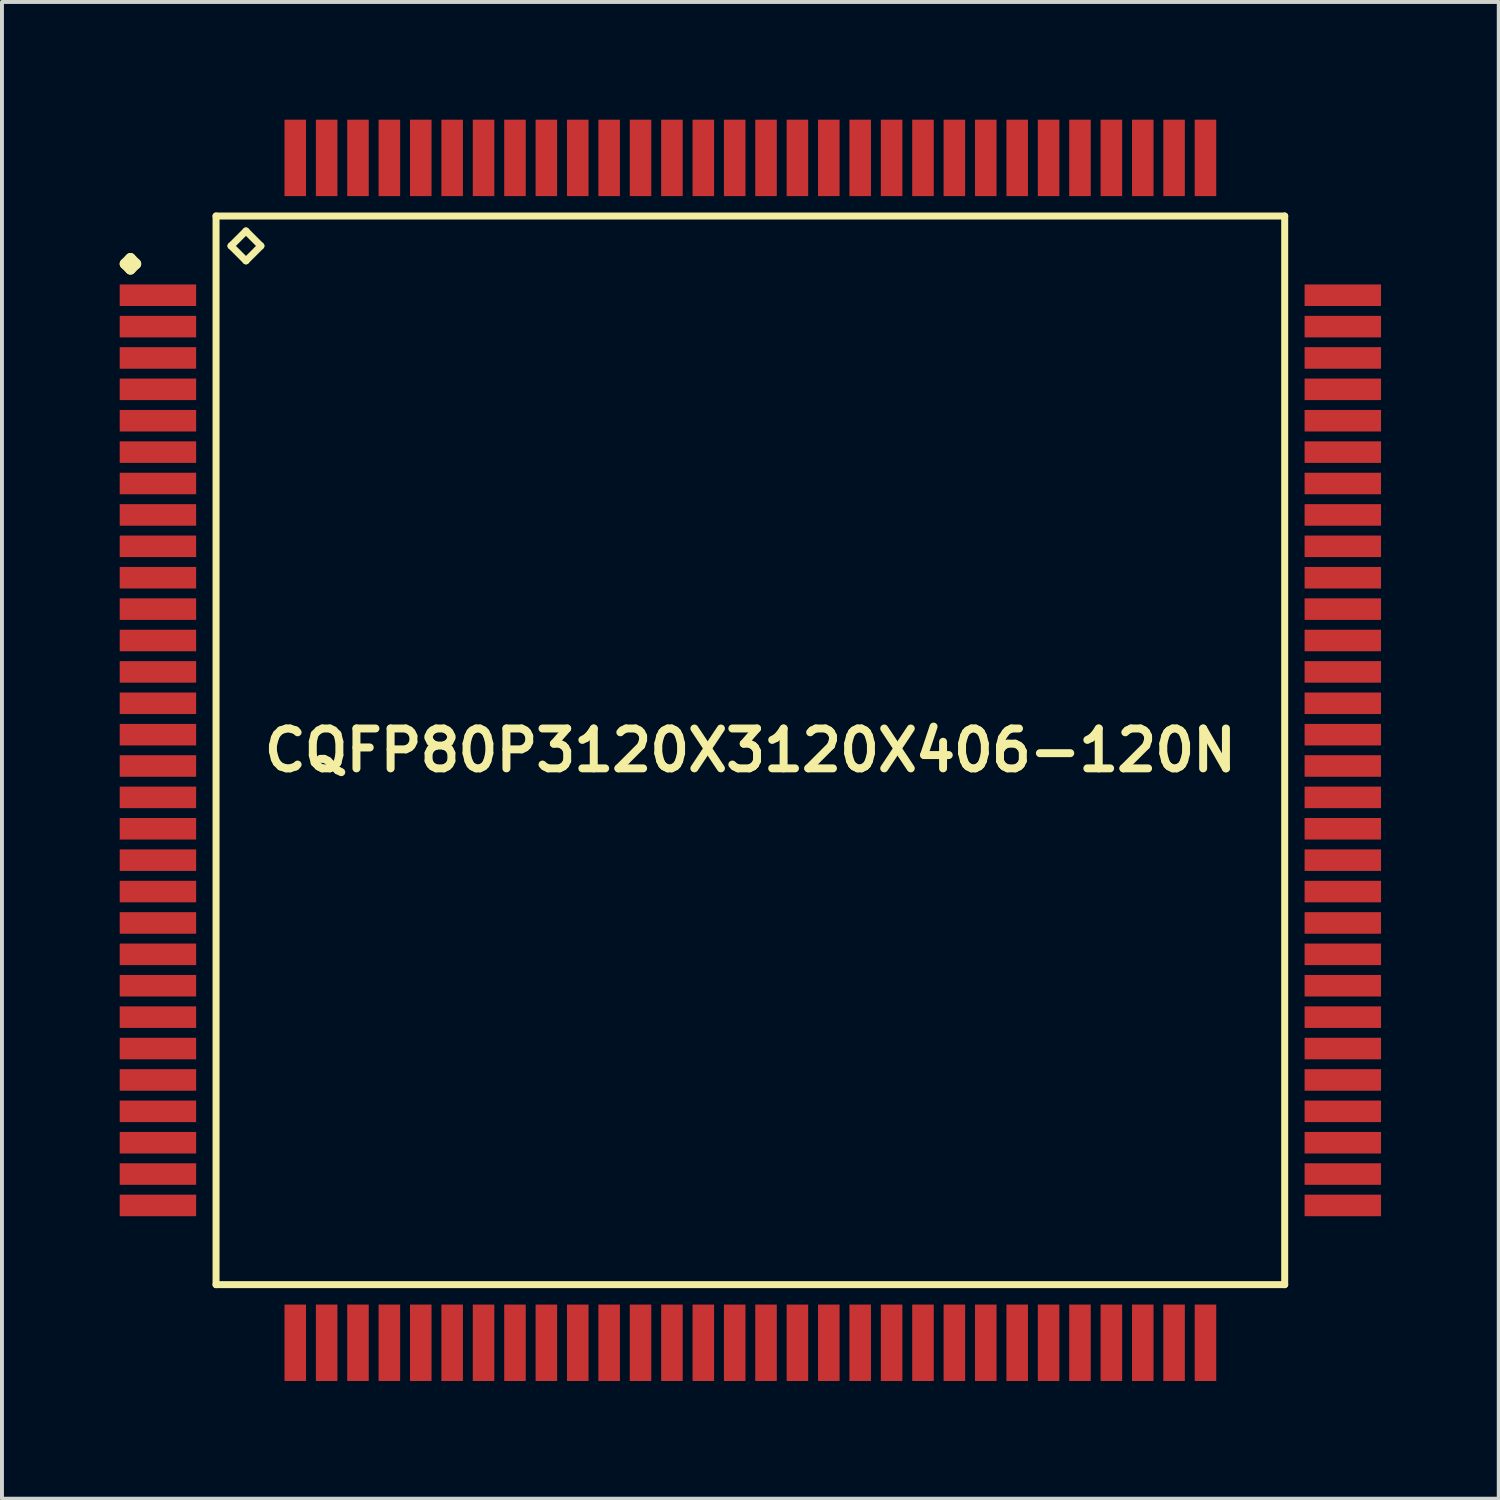
<source format=kicad_pcb>
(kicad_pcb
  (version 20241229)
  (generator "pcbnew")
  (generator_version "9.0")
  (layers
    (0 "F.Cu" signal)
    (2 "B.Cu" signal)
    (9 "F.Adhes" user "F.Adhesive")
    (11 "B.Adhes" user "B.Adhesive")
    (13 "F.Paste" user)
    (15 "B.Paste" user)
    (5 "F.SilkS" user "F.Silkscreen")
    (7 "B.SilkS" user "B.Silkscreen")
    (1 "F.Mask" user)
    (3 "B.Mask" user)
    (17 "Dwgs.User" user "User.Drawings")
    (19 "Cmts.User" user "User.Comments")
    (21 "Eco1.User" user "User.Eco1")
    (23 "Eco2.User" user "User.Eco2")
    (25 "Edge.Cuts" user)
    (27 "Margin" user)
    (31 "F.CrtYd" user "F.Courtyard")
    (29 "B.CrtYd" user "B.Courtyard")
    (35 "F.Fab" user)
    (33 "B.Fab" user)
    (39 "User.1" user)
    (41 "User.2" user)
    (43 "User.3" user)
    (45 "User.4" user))
  (footprint "CQFP80P3120X3120X406-120N"
    (layer "F.Cu")
    (at 16.073 16.072)
    (property "Reference" "CQFP80P3120X3120X406-120N" (at 0 0 0) (layer "F.SilkS") (effects (font (size 1.016 1.016) (thickness 0.203))))
    (attr smd)
    (fp_line (start -15.936 -12.398) (end -15.799 -12.537) (stroke (width 0.274) (type solid)) (layer "F.SilkS"))
    (fp_line (start -15.799 -12.537) (end -15.662 -12.398) (stroke (width 0.274) (type solid)) (layer "F.SilkS"))
    (fp_line (start -15.799 -12.261) (end -15.936 -12.398) (stroke (width 0.274) (type solid)) (layer "F.SilkS"))
    (fp_line (start -15.662 -12.398) (end -15.799 -12.261) (stroke (width 0.274) (type solid)) (layer "F.SilkS"))
    (fp_line (start -13.617 -13.617) (end -13.617 13.617) (stroke (width 0.178) (type solid)) (layer "F.SilkS"))
    (fp_line (start -13.617 13.617) (end 13.617 13.617) (stroke (width 0.178) (type solid)) (layer "F.SilkS"))
    (fp_line (start -13.236 -12.855) (end -12.855 -13.236) (stroke (width 0.178) (type solid)) (layer "F.SilkS"))
    (fp_line (start -12.855 -13.236) (end -12.474 -12.855) (stroke (width 0.178) (type solid)) (layer "F.SilkS"))
    (fp_line (start -12.855 -12.474) (end -13.236 -12.855) (stroke (width 0.178) (type solid)) (layer "F.SilkS"))
    (fp_line (start -12.474 -12.855) (end -12.855 -12.474) (stroke (width 0.178) (type solid)) (layer "F.SilkS"))
    (fp_line (start 13.617 -13.617) (end -13.617 -13.617) (stroke (width 0.178) (type solid)) (layer "F.SilkS"))
    (fp_line (start 13.617 13.617) (end 13.617 -13.617) (stroke (width 0.178) (type solid)) (layer "F.SilkS"))
    (pad "1" smd rect (at -15.098 -11.598) (size 1.948 0.549) (layers "F.Cu" "F.Mask" "F.Paste"))
    (pad "2" smd rect (at -15.098 -10.798) (size 1.948 0.549) (layers "F.Cu" "F.Mask" "F.Paste"))
    (pad "3" smd rect (at -15.098 -10) (size 1.948 0.549) (layers "F.Cu" "F.Mask" "F.Paste"))
    (pad "4" smd rect (at -15.098 -9.2) (size 1.948 0.549) (layers "F.Cu" "F.Mask" "F.Paste"))
    (pad "5" smd rect (at -15.098 -8.4) (size 1.948 0.549) (layers "F.Cu" "F.Mask" "F.Paste"))
    (pad "6" smd rect (at -15.098 -7.6) (size 1.948 0.549) (layers "F.Cu" "F.Mask" "F.Paste"))
    (pad "7" smd rect (at -15.098 -6.8) (size 1.948 0.549) (layers "F.Cu" "F.Mask" "F.Paste"))
    (pad "8" smd rect (at -15.098 -5.999) (size 1.948 0.549) (layers "F.Cu" "F.Mask" "F.Paste"))
    (pad "9" smd rect (at -15.098 -5.199) (size 1.948 0.549) (layers "F.Cu" "F.Mask" "F.Paste"))
    (pad "10" smd rect (at -15.098 -4.399) (size 1.948 0.549) (layers "F.Cu" "F.Mask" "F.Paste"))
    (pad "11" smd rect (at -15.098 -3.599) (size 1.948 0.549) (layers "F.Cu" "F.Mask" "F.Paste"))
    (pad "12" smd rect (at -15.098 -2.799) (size 1.948 0.549) (layers "F.Cu" "F.Mask" "F.Paste"))
    (pad "13" smd rect (at -15.098 -1.999) (size 1.948 0.549) (layers "F.Cu" "F.Mask" "F.Paste"))
    (pad "14" smd rect (at -15.098 -1.199) (size 1.948 0.549) (layers "F.Cu" "F.Mask" "F.Paste"))
    (pad "15" smd rect (at -15.098 -0.399) (size 1.948 0.549) (layers "F.Cu" "F.Mask" "F.Paste"))
    (pad "16" smd rect (at -15.098 0.399) (size 1.948 0.549) (layers "F.Cu" "F.Mask" "F.Paste"))
    (pad "17" smd rect (at -15.098 1.199) (size 1.948 0.549) (layers "F.Cu" "F.Mask" "F.Paste"))
    (pad "18" smd rect (at -15.098 1.999) (size 1.948 0.549) (layers "F.Cu" "F.Mask" "F.Paste"))
    (pad "19" smd rect (at -15.098 2.799) (size 1.948 0.549) (layers "F.Cu" "F.Mask" "F.Paste"))
    (pad "20" smd rect (at -15.098 3.599) (size 1.948 0.549) (layers "F.Cu" "F.Mask" "F.Paste"))
    (pad "21" smd rect (at -15.098 4.399) (size 1.948 0.549) (layers "F.Cu" "F.Mask" "F.Paste"))
    (pad "22" smd rect (at -15.098 5.199) (size 1.948 0.549) (layers "F.Cu" "F.Mask" "F.Paste"))
    (pad "23" smd rect (at -15.098 5.999) (size 1.948 0.549) (layers "F.Cu" "F.Mask" "F.Paste"))
    (pad "24" smd rect (at -15.098 6.8) (size 1.948 0.549) (layers "F.Cu" "F.Mask" "F.Paste"))
    (pad "25" smd rect (at -15.098 7.6) (size 1.948 0.549) (layers "F.Cu" "F.Mask" "F.Paste"))
    (pad "26" smd rect (at -15.098 8.4) (size 1.948 0.549) (layers "F.Cu" "F.Mask" "F.Paste"))
    (pad "27" smd rect (at -15.098 9.2) (size 1.948 0.549) (layers "F.Cu" "F.Mask" "F.Paste"))
    (pad "28" smd rect (at -15.098 10) (size 1.948 0.549) (layers "F.Cu" "F.Mask" "F.Paste"))
    (pad "29" smd rect (at -15.098 10.798) (size 1.948 0.549) (layers "F.Cu" "F.Mask" "F.Paste"))
    (pad "30" smd rect (at -15.098 11.598) (size 1.948 0.549) (layers "F.Cu" "F.Mask" "F.Paste"))
    (pad "31" smd rect (at -11.598 15.098) (size 0.549 1.948) (layers "F.Cu" "F.Mask" "F.Paste"))
    (pad "32" smd rect (at -10.798 15.098) (size 0.549 1.948) (layers "F.Cu" "F.Mask" "F.Paste"))
    (pad "33" smd rect (at -10 15.098) (size 0.549 1.948) (layers "F.Cu" "F.Mask" "F.Paste"))
    (pad "34" smd rect (at -9.2 15.098) (size 0.549 1.948) (layers "F.Cu" "F.Mask" "F.Paste"))
    (pad "35" smd rect (at -8.4 15.098) (size 0.549 1.948) (layers "F.Cu" "F.Mask" "F.Paste"))
    (pad "36" smd rect (at -7.6 15.098) (size 0.549 1.948) (layers "F.Cu" "F.Mask" "F.Paste"))
    (pad "37" smd rect (at -6.8 15.098) (size 0.549 1.948) (layers "F.Cu" "F.Mask" "F.Paste"))
    (pad "38" smd rect (at -5.999 15.098) (size 0.549 1.948) (layers "F.Cu" "F.Mask" "F.Paste"))
    (pad "39" smd rect (at -5.199 15.098) (size 0.549 1.948) (layers "F.Cu" "F.Mask" "F.Paste"))
    (pad "40" smd rect (at -4.399 15.098) (size 0.549 1.948) (layers "F.Cu" "F.Mask" "F.Paste"))
    (pad "41" smd rect (at -3.599 15.098) (size 0.549 1.948) (layers "F.Cu" "F.Mask" "F.Paste"))
    (pad "42" smd rect (at -2.799 15.098) (size 0.549 1.948) (layers "F.Cu" "F.Mask" "F.Paste"))
    (pad "43" smd rect (at -1.999 15.098) (size 0.549 1.948) (layers "F.Cu" "F.Mask" "F.Paste"))
    (pad "44" smd rect (at -1.199 15.098) (size 0.549 1.948) (layers "F.Cu" "F.Mask" "F.Paste"))
    (pad "45" smd rect (at -0.399 15.098) (size 0.549 1.948) (layers "F.Cu" "F.Mask" "F.Paste"))
    (pad "46" smd rect (at 0.399 15.098) (size 0.549 1.948) (layers "F.Cu" "F.Mask" "F.Paste"))
    (pad "47" smd rect (at 1.199 15.098) (size 0.549 1.948) (layers "F.Cu" "F.Mask" "F.Paste"))
    (pad "48" smd rect (at 1.999 15.098) (size 0.549 1.948) (layers "F.Cu" "F.Mask" "F.Paste"))
    (pad "49" smd rect (at 2.799 15.098) (size 0.549 1.948) (layers "F.Cu" "F.Mask" "F.Paste"))
    (pad "50" smd rect (at 3.599 15.098) (size 0.549 1.948) (layers "F.Cu" "F.Mask" "F.Paste"))
    (pad "51" smd rect (at 4.399 15.098) (size 0.549 1.948) (layers "F.Cu" "F.Mask" "F.Paste"))
    (pad "52" smd rect (at 5.199 15.098) (size 0.549 1.948) (layers "F.Cu" "F.Mask" "F.Paste"))
    (pad "53" smd rect (at 5.999 15.098) (size 0.549 1.948) (layers "F.Cu" "F.Mask" "F.Paste"))
    (pad "54" smd rect (at 6.8 15.098) (size 0.549 1.948) (layers "F.Cu" "F.Mask" "F.Paste"))
    (pad "55" smd rect (at 7.6 15.098) (size 0.549 1.948) (layers "F.Cu" "F.Mask" "F.Paste"))
    (pad "56" smd rect (at 8.4 15.098) (size 0.549 1.948) (layers "F.Cu" "F.Mask" "F.Paste"))
    (pad "57" smd rect (at 9.2 15.098) (size 0.549 1.948) (layers "F.Cu" "F.Mask" "F.Paste"))
    (pad "58" smd rect (at 10 15.098) (size 0.549 1.948) (layers "F.Cu" "F.Mask" "F.Paste"))
    (pad "59" smd rect (at 10.798 15.098) (size 0.549 1.948) (layers "F.Cu" "F.Mask" "F.Paste"))
    (pad "60" smd rect (at 11.598 15.098) (size 0.549 1.948) (layers "F.Cu" "F.Mask" "F.Paste"))
    (pad "61" smd rect (at 15.098 11.598) (size 1.948 0.549) (layers "F.Cu" "F.Mask" "F.Paste"))
    (pad "62" smd rect (at 15.098 10.798) (size 1.948 0.549) (layers "F.Cu" "F.Mask" "F.Paste"))
    (pad "63" smd rect (at 15.098 10) (size 1.948 0.549) (layers "F.Cu" "F.Mask" "F.Paste"))
    (pad "64" smd rect (at 15.098 9.2) (size 1.948 0.549) (layers "F.Cu" "F.Mask" "F.Paste"))
    (pad "65" smd rect (at 15.098 8.4) (size 1.948 0.549) (layers "F.Cu" "F.Mask" "F.Paste"))
    (pad "66" smd rect (at 15.098 7.6) (size 1.948 0.549) (layers "F.Cu" "F.Mask" "F.Paste"))
    (pad "67" smd rect (at 15.098 6.8) (size 1.948 0.549) (layers "F.Cu" "F.Mask" "F.Paste"))
    (pad "68" smd rect (at 15.098 5.999) (size 1.948 0.549) (layers "F.Cu" "F.Mask" "F.Paste"))
    (pad "69" smd rect (at 15.098 5.199) (size 1.948 0.549) (layers "F.Cu" "F.Mask" "F.Paste"))
    (pad "70" smd rect (at 15.098 4.399) (size 1.948 0.549) (layers "F.Cu" "F.Mask" "F.Paste"))
    (pad "71" smd rect (at 15.098 3.599) (size 1.948 0.549) (layers "F.Cu" "F.Mask" "F.Paste"))
    (pad "72" smd rect (at 15.098 2.799) (size 1.948 0.549) (layers "F.Cu" "F.Mask" "F.Paste"))
    (pad "73" smd rect (at 15.098 1.999) (size 1.948 0.549) (layers "F.Cu" "F.Mask" "F.Paste"))
    (pad "74" smd rect (at 15.098 1.199) (size 1.948 0.549) (layers "F.Cu" "F.Mask" "F.Paste"))
    (pad "75" smd rect (at 15.098 0.399) (size 1.948 0.549) (layers "F.Cu" "F.Mask" "F.Paste"))
    (pad "76" smd rect (at 15.098 -0.399) (size 1.948 0.549) (layers "F.Cu" "F.Mask" "F.Paste"))
    (pad "77" smd rect (at 15.098 -1.199) (size 1.948 0.549) (layers "F.Cu" "F.Mask" "F.Paste"))
    (pad "78" smd rect (at 15.098 -1.999) (size 1.948 0.549) (layers "F.Cu" "F.Mask" "F.Paste"))
    (pad "79" smd rect (at 15.098 -2.799) (size 1.948 0.549) (layers "F.Cu" "F.Mask" "F.Paste"))
    (pad "80" smd rect (at 15.098 -3.599) (size 1.948 0.549) (layers "F.Cu" "F.Mask" "F.Paste"))
    (pad "81" smd rect (at 15.098 -4.399) (size 1.948 0.549) (layers "F.Cu" "F.Mask" "F.Paste"))
    (pad "82" smd rect (at 15.098 -5.199) (size 1.948 0.549) (layers "F.Cu" "F.Mask" "F.Paste"))
    (pad "83" smd rect (at 15.098 -5.999) (size 1.948 0.549) (layers "F.Cu" "F.Mask" "F.Paste"))
    (pad "84" smd rect (at 15.098 -6.8) (size 1.948 0.549) (layers "F.Cu" "F.Mask" "F.Paste"))
    (pad "85" smd rect (at 15.098 -7.6) (size 1.948 0.549) (layers "F.Cu" "F.Mask" "F.Paste"))
    (pad "86" smd rect (at 15.098 -8.4) (size 1.948 0.549) (layers "F.Cu" "F.Mask" "F.Paste"))
    (pad "87" smd rect (at 15.098 -9.2) (size 1.948 0.549) (layers "F.Cu" "F.Mask" "F.Paste"))
    (pad "88" smd rect (at 15.098 -10) (size 1.948 0.549) (layers "F.Cu" "F.Mask" "F.Paste"))
    (pad "89" smd rect (at 15.098 -10.798) (size 1.948 0.549) (layers "F.Cu" "F.Mask" "F.Paste"))
    (pad "90" smd rect (at 15.098 -11.598) (size 1.948 0.549) (layers "F.Cu" "F.Mask" "F.Paste"))
    (pad "91" smd rect (at 11.598 -15.098) (size 0.549 1.948) (layers "F.Cu" "F.Mask" "F.Paste"))
    (pad "92" smd rect (at 10.798 -15.098) (size 0.549 1.948) (layers "F.Cu" "F.Mask" "F.Paste"))
    (pad "93" smd rect (at 10 -15.098) (size 0.549 1.948) (layers "F.Cu" "F.Mask" "F.Paste"))
    (pad "94" smd rect (at 9.2 -15.098) (size 0.549 1.948) (layers "F.Cu" "F.Mask" "F.Paste"))
    (pad "95" smd rect (at 8.4 -15.098) (size 0.549 1.948) (layers "F.Cu" "F.Mask" "F.Paste"))
    (pad "96" smd rect (at 7.6 -15.098) (size 0.549 1.948) (layers "F.Cu" "F.Mask" "F.Paste"))
    (pad "97" smd rect (at 6.8 -15.098) (size 0.549 1.948) (layers "F.Cu" "F.Mask" "F.Paste"))
    (pad "98" smd rect (at 5.999 -15.098) (size 0.549 1.948) (layers "F.Cu" "F.Mask" "F.Paste"))
    (pad "99" smd rect (at 5.199 -15.098) (size 0.549 1.948) (layers "F.Cu" "F.Mask" "F.Paste"))
    (pad "100" smd rect (at 4.399 -15.098) (size 0.549 1.948) (layers "F.Cu" "F.Mask" "F.Paste"))
    (pad "101" smd rect (at 3.599 -15.098) (size 0.549 1.948) (layers "F.Cu" "F.Mask" "F.Paste"))
    (pad "102" smd rect (at 2.799 -15.098) (size 0.549 1.948) (layers "F.Cu" "F.Mask" "F.Paste"))
    (pad "103" smd rect (at 1.999 -15.098) (size 0.549 1.948) (layers "F.Cu" "F.Mask" "F.Paste"))
    (pad "104" smd rect (at 1.199 -15.098) (size 0.549 1.948) (layers "F.Cu" "F.Mask" "F.Paste"))
    (pad "105" smd rect (at 0.399 -15.098) (size 0.549 1.948) (layers "F.Cu" "F.Mask" "F.Paste"))
    (pad "106" smd rect (at -0.399 -15.098) (size 0.549 1.948) (layers "F.Cu" "F.Mask" "F.Paste"))
    (pad "107" smd rect (at -1.199 -15.098) (size 0.549 1.948) (layers "F.Cu" "F.Mask" "F.Paste"))
    (pad "108" smd rect (at -1.999 -15.098) (size 0.549 1.948) (layers "F.Cu" "F.Mask" "F.Paste"))
    (pad "109" smd rect (at -2.799 -15.098) (size 0.549 1.948) (layers "F.Cu" "F.Mask" "F.Paste"))
    (pad "110" smd rect (at -3.599 -15.098) (size 0.549 1.948) (layers "F.Cu" "F.Mask" "F.Paste"))
    (pad "111" smd rect (at -4.399 -15.098) (size 0.549 1.948) (layers "F.Cu" "F.Mask" "F.Paste"))
    (pad "112" smd rect (at -5.199 -15.098) (size 0.549 1.948) (layers "F.Cu" "F.Mask" "F.Paste"))
    (pad "113" smd rect (at -5.999 -15.098) (size 0.549 1.948) (layers "F.Cu" "F.Mask" "F.Paste"))
    (pad "114" smd rect (at -6.8 -15.098) (size 0.549 1.948) (layers "F.Cu" "F.Mask" "F.Paste"))
    (pad "115" smd rect (at -7.6 -15.098) (size 0.549 1.948) (layers "F.Cu" "F.Mask" "F.Paste"))
    (pad "116" smd rect (at -8.4 -15.098) (size 0.549 1.948) (layers "F.Cu" "F.Mask" "F.Paste"))
    (pad "117" smd rect (at -9.2 -15.098) (size 0.549 1.948) (layers "F.Cu" "F.Mask" "F.Paste"))
    (pad "118" smd rect (at -10 -15.098) (size 0.549 1.948) (layers "F.Cu" "F.Mask" "F.Paste"))
    (pad "119" smd rect (at -10.798 -15.098) (size 0.549 1.948) (layers "F.Cu" "F.Mask" "F.Paste"))
    (pad "120" smd rect (at -11.598 -15.098) (size 0.549 1.948) (layers "F.Cu" "F.Mask" "F.Paste")))
  (gr_rect
    (start -3 -3)
    (end 35.145 35.144)
    (stroke (width 0.1) (type default))
    (fill no)
    (layer "Edge.Cuts")))
</source>
